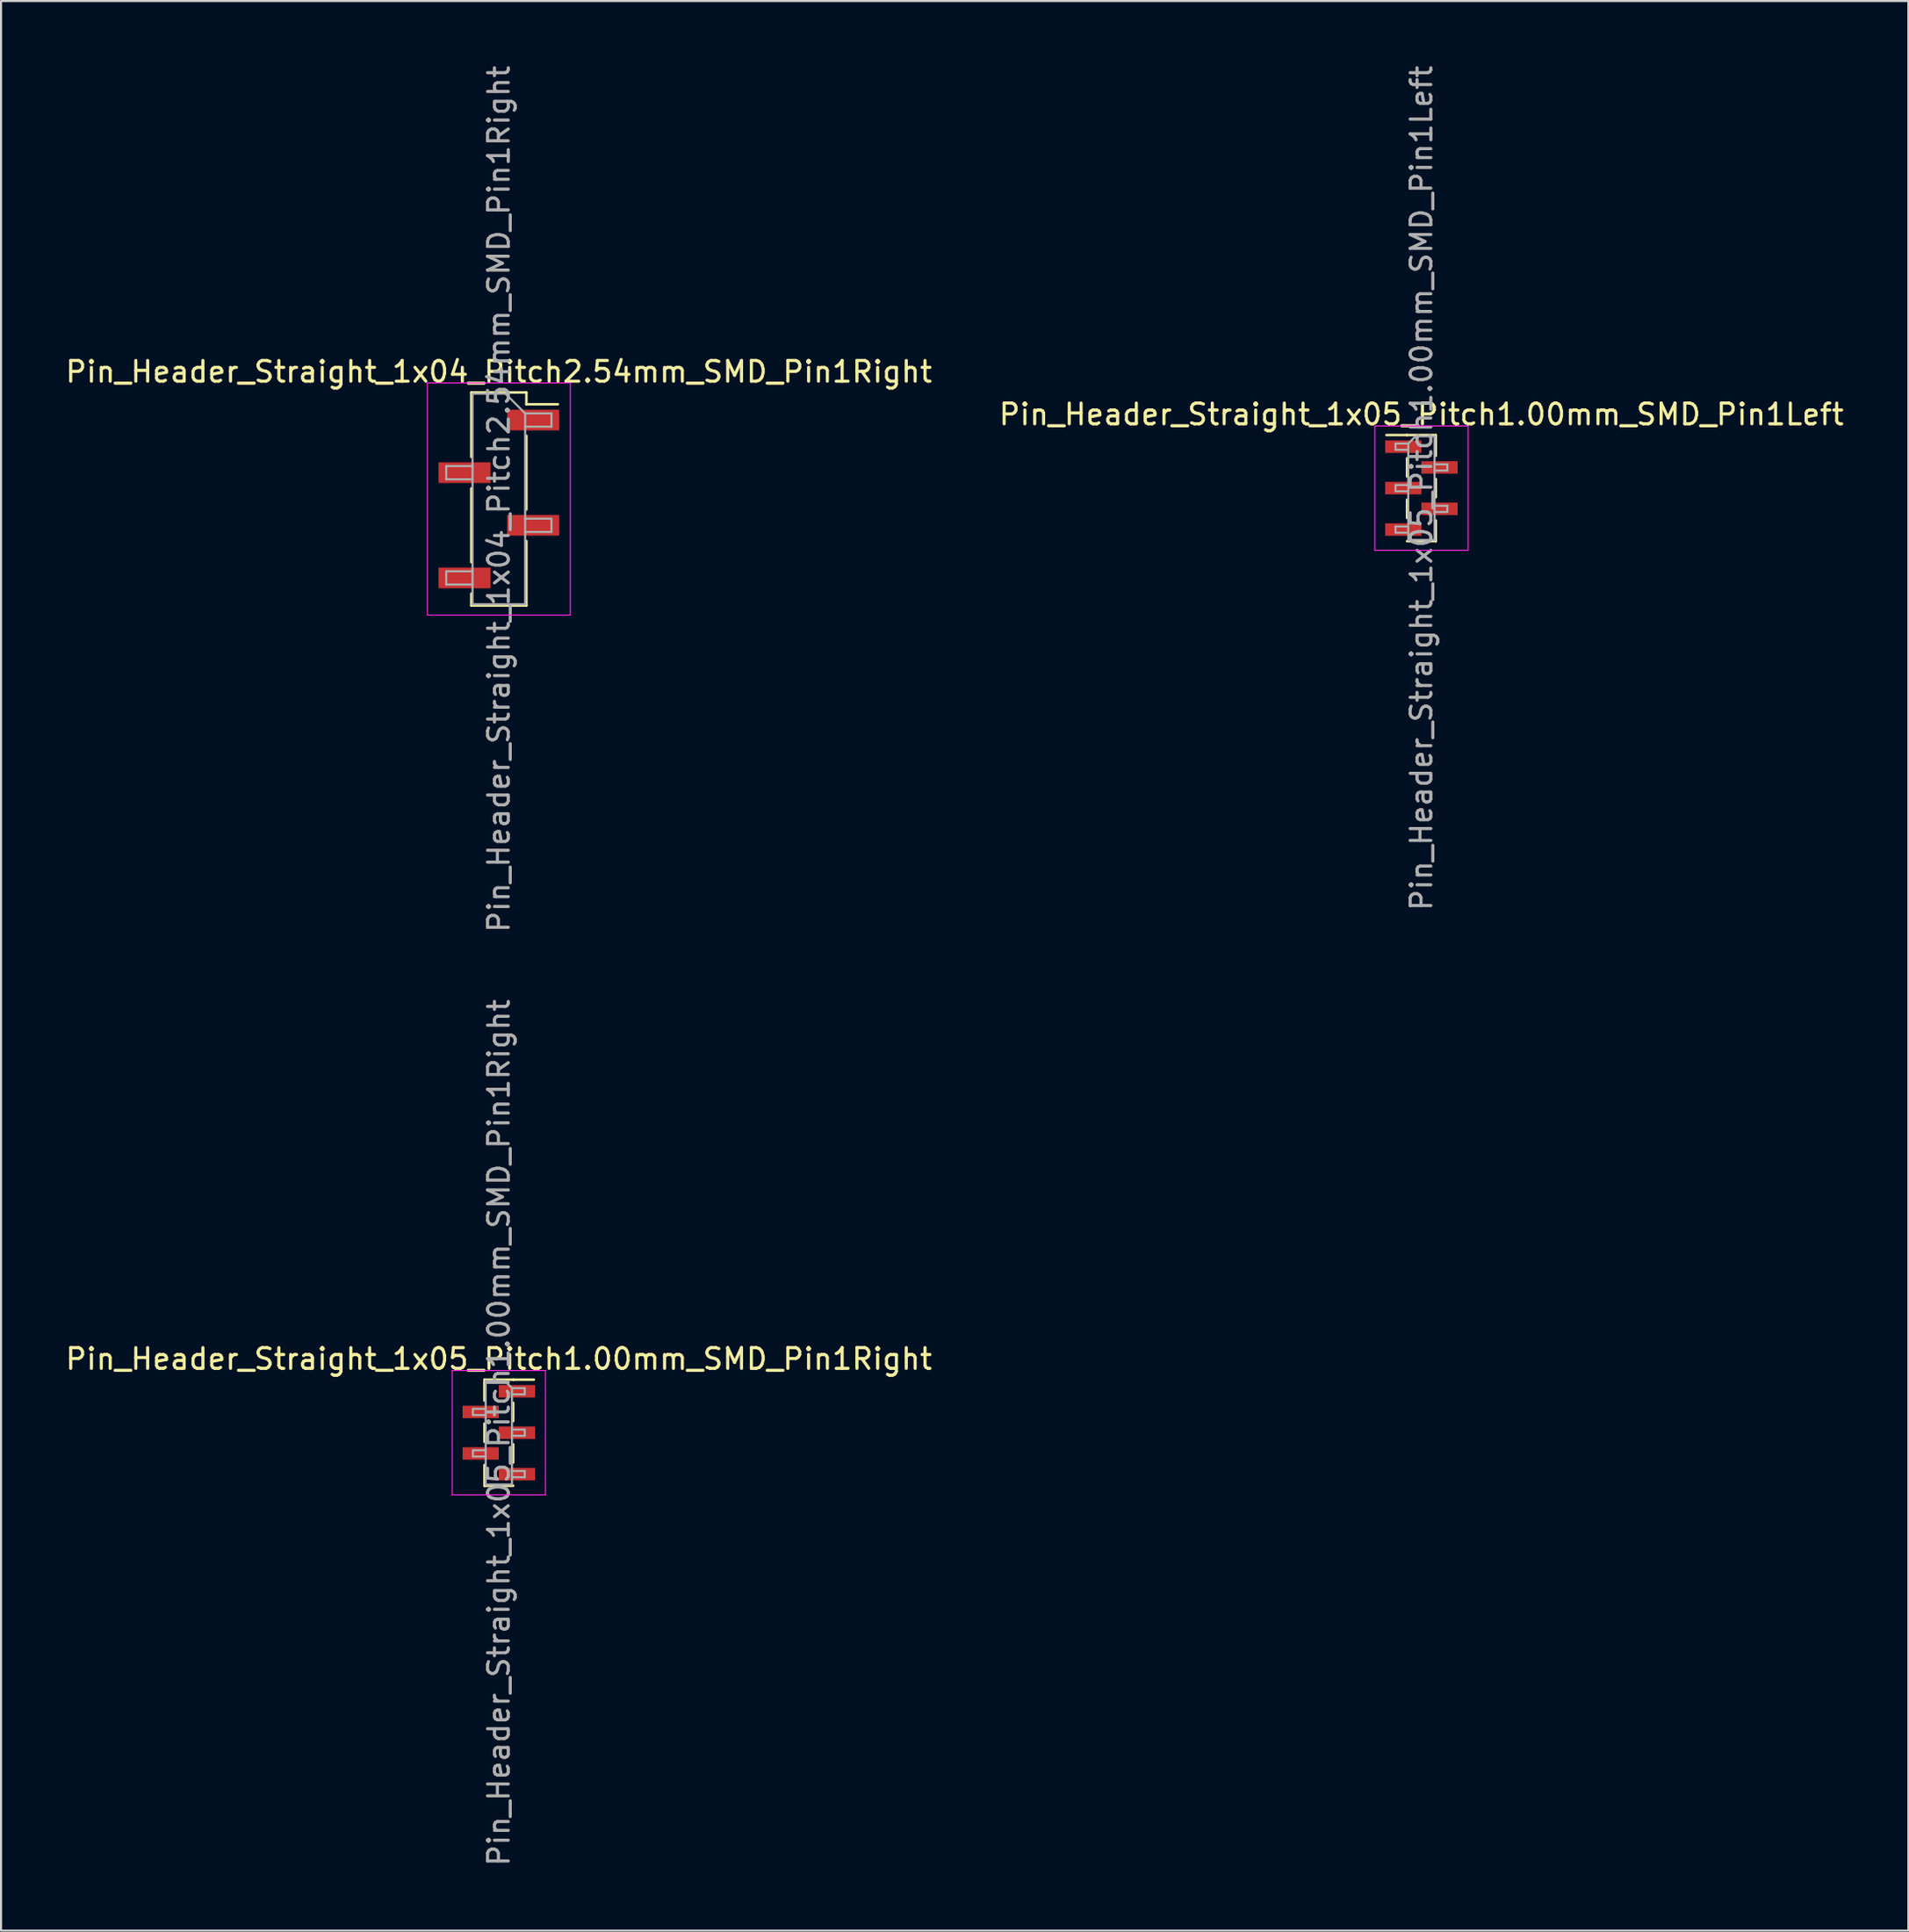
<source format=kicad_pcb>
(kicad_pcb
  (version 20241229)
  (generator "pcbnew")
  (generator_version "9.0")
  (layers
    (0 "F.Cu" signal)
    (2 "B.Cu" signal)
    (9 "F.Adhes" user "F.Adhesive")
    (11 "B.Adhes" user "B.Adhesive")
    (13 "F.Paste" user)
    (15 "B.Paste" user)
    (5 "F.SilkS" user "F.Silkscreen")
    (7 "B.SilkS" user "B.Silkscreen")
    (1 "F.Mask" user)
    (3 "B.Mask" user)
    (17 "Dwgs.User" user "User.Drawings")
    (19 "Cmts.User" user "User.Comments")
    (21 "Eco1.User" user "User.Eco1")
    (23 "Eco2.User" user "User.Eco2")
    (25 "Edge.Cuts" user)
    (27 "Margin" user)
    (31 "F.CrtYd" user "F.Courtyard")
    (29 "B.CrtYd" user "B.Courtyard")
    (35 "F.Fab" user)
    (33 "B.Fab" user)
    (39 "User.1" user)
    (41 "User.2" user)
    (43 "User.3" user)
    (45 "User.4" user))
  (footprint "Pin_Header_Straight_1x05_Pitch1.00mm_SMD_Pin1Left"
    (layer "F.Cu")
    (at 65.565 20.506)
    (property "Reference" "Pin_Header_Straight_1x05_Pitch1.00mm_SMD_Pin1Left" (at 0 -3.56 0) (layer "F.SilkS") (effects (font (size 1 1) (thickness 0.15))))
    (attr smd)
    (fp_line (start -0.695 -2.56) (end -1.69 -2.56) (stroke (width 0.12) (type solid)) (layer "F.SilkS"))
    (fp_line (start -0.695 -2.56) (end -0.695 -2.56) (stroke (width 0.12) (type solid)) (layer "F.SilkS"))
    (fp_line (start -0.695 -2.56) (end 0.695 -2.56) (stroke (width 0.12) (type solid)) (layer "F.SilkS"))
    (fp_line (start -0.695 -1.44) (end -0.695 -0.56) (stroke (width 0.12) (type solid)) (layer "F.SilkS"))
    (fp_line (start -0.695 0.56) (end -0.695 1.44) (stroke (width 0.12) (type solid)) (layer "F.SilkS"))
    (fp_line (start -0.695 2.56) (end 0.695 2.56) (stroke (width 0.12) (type solid)) (layer "F.SilkS"))
    (fp_line (start 0.695 -2.56) (end 0.695 -1.56) (stroke (width 0.12) (type solid)) (layer "F.SilkS"))
    (fp_line (start 0.695 -0.44) (end 0.695 0.44) (stroke (width 0.12) (type solid)) (layer "F.SilkS"))
    (fp_line (start 0.695 1.56) (end 0.695 2.56) (stroke (width 0.12) (type solid)) (layer "F.SilkS"))
    (fp_line (start 0.695 2.56) (end 0.695 2.56) (stroke (width 0.12) (type solid)) (layer "F.SilkS"))
    (fp_line (start -2.25 -3) (end -2.25 3) (stroke (width 0.05) (type solid)) (layer "F.CrtYd"))
    (fp_line (start -2.25 3) (end 2.25 3) (stroke (width 0.05) (type solid)) (layer "F.CrtYd"))
    (fp_line (start 2.25 -3) (end -2.25 -3) (stroke (width 0.05) (type solid)) (layer "F.CrtYd"))
    (fp_line (start 2.25 3) (end 2.25 -3) (stroke (width 0.05) (type solid)) (layer "F.CrtYd"))
    (fp_line (start -1.25 -2.15) (end -1.25 -1.85) (stroke (width 0.1) (type solid)) (layer "F.Fab"))
    (fp_line (start -1.25 -1.85) (end -0.635 -1.85) (stroke (width 0.1) (type solid)) (layer "F.Fab"))
    (fp_line (start -1.25 -0.15) (end -1.25 0.15) (stroke (width 0.1) (type solid)) (layer "F.Fab"))
    (fp_line (start -1.25 0.15) (end -0.635 0.15) (stroke (width 0.1) (type solid)) (layer "F.Fab"))
    (fp_line (start -1.25 1.85) (end -1.25 2.15) (stroke (width 0.1) (type solid)) (layer "F.Fab"))
    (fp_line (start -1.25 2.15) (end -0.635 2.15) (stroke (width 0.1) (type solid)) (layer "F.Fab"))
    (fp_line (start -0.635 -2.15) (end -1.25 -2.15) (stroke (width 0.1) (type solid)) (layer "F.Fab"))
    (fp_line (start -0.635 -2.15) (end -0.285 -2.5) (stroke (width 0.1) (type solid)) (layer "F.Fab"))
    (fp_line (start -0.635 -0.15) (end -1.25 -0.15) (stroke (width 0.1) (type solid)) (layer "F.Fab"))
    (fp_line (start -0.635 1.85) (end -1.25 1.85) (stroke (width 0.1) (type solid)) (layer "F.Fab"))
    (fp_line (start -0.635 2.5) (end -0.635 -2.15) (stroke (width 0.1) (type solid)) (layer "F.Fab"))
    (fp_line (start -0.285 -2.5) (end 0.635 -2.5) (stroke (width 0.1) (type solid)) (layer "F.Fab"))
    (fp_line (start 0.635 -2.5) (end 0.635 2.5) (stroke (width 0.1) (type solid)) (layer "F.Fab"))
    (fp_line (start 0.635 -1.15) (end 1.25 -1.15) (stroke (width 0.1) (type solid)) (layer "F.Fab"))
    (fp_line (start 0.635 0.85) (end 1.25 0.85) (stroke (width 0.1) (type solid)) (layer "F.Fab"))
    (fp_line (start 0.635 2.5) (end -0.635 2.5) (stroke (width 0.1) (type solid)) (layer "F.Fab"))
    (fp_line (start 1.25 -1.15) (end 1.25 -0.85) (stroke (width 0.1) (type solid)) (layer "F.Fab"))
    (fp_line (start 1.25 -0.85) (end 0.635 -0.85) (stroke (width 0.1) (type solid)) (layer "F.Fab"))
    (fp_line (start 1.25 0.85) (end 1.25 1.15) (stroke (width 0.1) (type solid)) (layer "F.Fab"))
    (fp_line (start 1.25 1.15) (end 0.635 1.15) (stroke (width 0.1) (type solid)) (layer "F.Fab"))
    (fp_text user "${REFERENCE}" (at 0 0 90) (layer "F.Fab") (effects (font (size 1 1) (thickness 0.15))))
    (pad "1" smd rect (at -0.875 -2) (size 1.75 0.6) (layers "F.Cu" "F.Mask" "F.Paste"))
    (pad "2" smd rect (at 0.875 -1) (size 1.75 0.6) (layers "F.Cu" "F.Mask" "F.Paste"))
    (pad "3" smd rect (at -0.875 0) (size 1.75 0.6) (layers "F.Cu" "F.Mask" "F.Paste"))
    (pad "4" smd rect (at 0.875 1) (size 1.75 0.6) (layers "F.Cu" "F.Mask" "F.Paste"))
    (pad "5" smd rect (at -0.875 2) (size 1.75 0.6) (layers "F.Cu" "F.Mask" "F.Paste")))
  (footprint "Pin_Header_Straight_1x04_Pitch2.54mm_SMD_Pin1Right"
    (layer "F.Cu")
    (at 21.03 21.03)
    (property "Reference" "Pin_Header_Straight_1x04_Pitch2.54mm_SMD_Pin1Right" (at 0 -6.14 0) (layer "F.SilkS") (effects (font (size 1 1) (thickness 0.15))))
    (attr smd)
    (fp_line (start -1.33 -5.14) (end -1.33 -2.03) (stroke (width 0.12) (type solid)) (layer "F.SilkS"))
    (fp_line (start -1.33 -5.14) (end 1.33 -5.14) (stroke (width 0.12) (type solid)) (layer "F.SilkS"))
    (fp_line (start -1.33 -0.51) (end -1.33 3.05) (stroke (width 0.12) (type solid)) (layer "F.SilkS"))
    (fp_line (start -1.33 4.57) (end -1.33 5.14) (stroke (width 0.12) (type solid)) (layer "F.SilkS"))
    (fp_line (start -1.33 5.14) (end 1.33 5.14) (stroke (width 0.12) (type solid)) (layer "F.SilkS"))
    (fp_line (start 1.33 -5.14) (end 1.33 -4.57) (stroke (width 0.12) (type solid)) (layer "F.SilkS"))
    (fp_line (start 1.33 -4.57) (end 2.85 -4.57) (stroke (width 0.12) (type solid)) (layer "F.SilkS"))
    (fp_line (start 1.33 -3.05) (end 1.33 0.51) (stroke (width 0.12) (type solid)) (layer "F.SilkS"))
    (fp_line (start 1.33 2.03) (end 1.33 5.14) (stroke (width 0.12) (type solid)) (layer "F.SilkS"))
    (fp_line (start -3.45 -5.6) (end -3.45 5.6) (stroke (width 0.05) (type solid)) (layer "F.CrtYd"))
    (fp_line (start -3.45 5.6) (end 3.45 5.6) (stroke (width 0.05) (type solid)) (layer "F.CrtYd"))
    (fp_line (start 3.45 -5.6) (end -3.45 -5.6) (stroke (width 0.05) (type solid)) (layer "F.CrtYd"))
    (fp_line (start 3.45 5.6) (end 3.45 -5.6) (stroke (width 0.05) (type solid)) (layer "F.CrtYd"))
    (fp_line (start -2.54 -1.59) (end -2.54 -0.95) (stroke (width 0.1) (type solid)) (layer "F.Fab"))
    (fp_line (start -2.54 -0.95) (end -1.27 -0.95) (stroke (width 0.1) (type solid)) (layer "F.Fab"))
    (fp_line (start -2.54 3.49) (end -2.54 4.13) (stroke (width 0.1) (type solid)) (layer "F.Fab"))
    (fp_line (start -2.54 4.13) (end -1.27 4.13) (stroke (width 0.1) (type solid)) (layer "F.Fab"))
    (fp_line (start -1.27 -5.08) (end -1.27 5.08) (stroke (width 0.1) (type solid)) (layer "F.Fab"))
    (fp_line (start -1.27 -5.08) (end 0.32 -5.08) (stroke (width 0.1) (type solid)) (layer "F.Fab"))
    (fp_line (start -1.27 -1.59) (end -2.54 -1.59) (stroke (width 0.1) (type solid)) (layer "F.Fab"))
    (fp_line (start -1.27 3.49) (end -2.54 3.49) (stroke (width 0.1) (type solid)) (layer "F.Fab"))
    (fp_line (start 1.27 -4.13) (end 0.32 -5.08) (stroke (width 0.1) (type solid)) (layer "F.Fab"))
    (fp_line (start 1.27 -4.13) (end 2.54 -4.13) (stroke (width 0.1) (type solid)) (layer "F.Fab"))
    (fp_line (start 1.27 0.95) (end 2.54 0.95) (stroke (width 0.1) (type solid)) (layer "F.Fab"))
    (fp_line (start 1.27 5.08) (end -1.27 5.08) (stroke (width 0.1) (type solid)) (layer "F.Fab"))
    (fp_line (start 1.27 5.08) (end 1.27 -4.13) (stroke (width 0.1) (type solid)) (layer "F.Fab"))
    (fp_line (start 2.54 -4.13) (end 2.54 -3.49) (stroke (width 0.1) (type solid)) (layer "F.Fab"))
    (fp_line (start 2.54 -3.49) (end 1.27 -3.49) (stroke (width 0.1) (type solid)) (layer "F.Fab"))
    (fp_line (start 2.54 0.95) (end 2.54 1.59) (stroke (width 0.1) (type solid)) (layer "F.Fab"))
    (fp_line (start 2.54 1.59) (end 1.27 1.59) (stroke (width 0.1) (type solid)) (layer "F.Fab"))
    (fp_text user "${REFERENCE}" (at 0 0 90) (layer "F.Fab") (effects (font (size 1 1) (thickness 0.15))))
    (pad "1" smd rect (at 1.655 -3.81) (size 2.51 1) (layers "F.Cu" "F.Mask" "F.Paste"))
    (pad "2" smd rect (at -1.655 -1.27) (size 2.51 1) (layers "F.Cu" "F.Mask" "F.Paste"))
    (pad "3" smd rect (at 1.655 1.27) (size 2.51 1) (layers "F.Cu" "F.Mask" "F.Paste"))
    (pad "4" smd rect (at -1.655 3.81) (size 2.51 1) (layers "F.Cu" "F.Mask" "F.Paste")))
  (footprint "Pin_Header_Straight_1x05_Pitch1.00mm_SMD_Pin1Right"
    (layer "F.Cu")
    (at 21.03 66.089)
    (property "Reference" "Pin_Header_Straight_1x05_Pitch1.00mm_SMD_Pin1Right" (at 0 -3.56 0) (layer "F.SilkS") (effects (font (size 1 1) (thickness 0.15))))
    (attr smd)
    (fp_line (start -0.695 -2.56) (end -0.695 -1.56) (stroke (width 0.12) (type solid)) (layer "F.SilkS"))
    (fp_line (start -0.695 -2.56) (end 0.695 -2.56) (stroke (width 0.12) (type solid)) (layer "F.SilkS"))
    (fp_line (start -0.695 -2.44) (end -0.695 -1.56) (stroke (width 0.12) (type solid)) (layer "F.SilkS"))
    (fp_line (start -0.695 -0.44) (end -0.695 0.44) (stroke (width 0.12) (type solid)) (layer "F.SilkS"))
    (fp_line (start -0.695 1.56) (end -0.695 2.56) (stroke (width 0.12) (type solid)) (layer "F.SilkS"))
    (fp_line (start -0.695 2.56) (end -0.695 2.56) (stroke (width 0.12) (type solid)) (layer "F.SilkS"))
    (fp_line (start -0.695 2.56) (end 0.695 2.56) (stroke (width 0.12) (type solid)) (layer "F.SilkS"))
    (fp_line (start 0.695 -2.56) (end 0.695 -2.56) (stroke (width 0.12) (type solid)) (layer "F.SilkS"))
    (fp_line (start 0.695 -2.56) (end 1.69 -2.56) (stroke (width 0.12) (type solid)) (layer "F.SilkS"))
    (fp_line (start 0.695 -1.44) (end 0.695 -0.56) (stroke (width 0.12) (type solid)) (layer "F.SilkS"))
    (fp_line (start 0.695 0.56) (end 0.695 1.44) (stroke (width 0.12) (type solid)) (layer "F.SilkS"))
    (fp_line (start -2.25 -3) (end -2.25 3) (stroke (width 0.05) (type solid)) (layer "F.CrtYd"))
    (fp_line (start -2.25 3) (end 2.25 3) (stroke (width 0.05) (type solid)) (layer "F.CrtYd"))
    (fp_line (start 2.25 -3) (end -2.25 -3) (stroke (width 0.05) (type solid)) (layer "F.CrtYd"))
    (fp_line (start 2.25 3) (end 2.25 -3) (stroke (width 0.05) (type solid)) (layer "F.CrtYd"))
    (fp_line (start -1.25 -1.15) (end -1.25 -0.85) (stroke (width 0.1) (type solid)) (layer "F.Fab"))
    (fp_line (start -1.25 -0.85) (end -0.635 -0.85) (stroke (width 0.1) (type solid)) (layer "F.Fab"))
    (fp_line (start -1.25 0.85) (end -1.25 1.15) (stroke (width 0.1) (type solid)) (layer "F.Fab"))
    (fp_line (start -1.25 1.15) (end -0.635 1.15) (stroke (width 0.1) (type solid)) (layer "F.Fab"))
    (fp_line (start -0.635 -2.5) (end -0.635 2.5) (stroke (width 0.1) (type solid)) (layer "F.Fab"))
    (fp_line (start -0.635 -2.5) (end 0.285 -2.5) (stroke (width 0.1) (type solid)) (layer "F.Fab"))
    (fp_line (start -0.635 -1.15) (end -1.25 -1.15) (stroke (width 0.1) (type solid)) (layer "F.Fab"))
    (fp_line (start -0.635 0.85) (end -1.25 0.85) (stroke (width 0.1) (type solid)) (layer "F.Fab"))
    (fp_line (start 0.635 -2.15) (end 0.285 -2.5) (stroke (width 0.1) (type solid)) (layer "F.Fab"))
    (fp_line (start 0.635 -2.15) (end 1.25 -2.15) (stroke (width 0.1) (type solid)) (layer "F.Fab"))
    (fp_line (start 0.635 -0.15) (end 1.25 -0.15) (stroke (width 0.1) (type solid)) (layer "F.Fab"))
    (fp_line (start 0.635 1.85) (end 1.25 1.85) (stroke (width 0.1) (type solid)) (layer "F.Fab"))
    (fp_line (start 0.635 2.5) (end -0.635 2.5) (stroke (width 0.1) (type solid)) (layer "F.Fab"))
    (fp_line (start 0.635 2.5) (end 0.635 -2.15) (stroke (width 0.1) (type solid)) (layer "F.Fab"))
    (fp_line (start 1.25 -2.15) (end 1.25 -1.85) (stroke (width 0.1) (type solid)) (layer "F.Fab"))
    (fp_line (start 1.25 -1.85) (end 0.635 -1.85) (stroke (width 0.1) (type solid)) (layer "F.Fab"))
    (fp_line (start 1.25 -0.15) (end 1.25 0.15) (stroke (width 0.1) (type solid)) (layer "F.Fab"))
    (fp_line (start 1.25 0.15) (end 0.635 0.15) (stroke (width 0.1) (type solid)) (layer "F.Fab"))
    (fp_line (start 1.25 1.85) (end 1.25 2.15) (stroke (width 0.1) (type solid)) (layer "F.Fab"))
    (fp_line (start 1.25 2.15) (end 0.635 2.15) (stroke (width 0.1) (type solid)) (layer "F.Fab"))
    (fp_text user "${REFERENCE}" (at 0 0 90) (layer "F.Fab") (effects (font (size 1 1) (thickness 0.15))))
    (pad "1" smd rect (at 0.875 -2) (size 1.75 0.6) (layers "F.Cu" "F.Mask" "F.Paste"))
    (pad "2" smd rect (at -0.875 -1) (size 1.75 0.6) (layers "F.Cu" "F.Mask" "F.Paste"))
    (pad "3" smd rect (at 0.875 0) (size 1.75 0.6) (layers "F.Cu" "F.Mask" "F.Paste"))
    (pad "4" smd rect (at -0.875 1) (size 1.75 0.6) (layers "F.Cu" "F.Mask" "F.Paste"))
    (pad "5" smd rect (at 0.875 2) (size 1.75 0.6) (layers "F.Cu" "F.Mask" "F.Paste")))
  (gr_rect
    (start -3 -3)
    (end 89.071 90.119)
    (stroke (width 0.1) (type default))
    (fill no)
    (layer "Edge.Cuts")))
</source>
